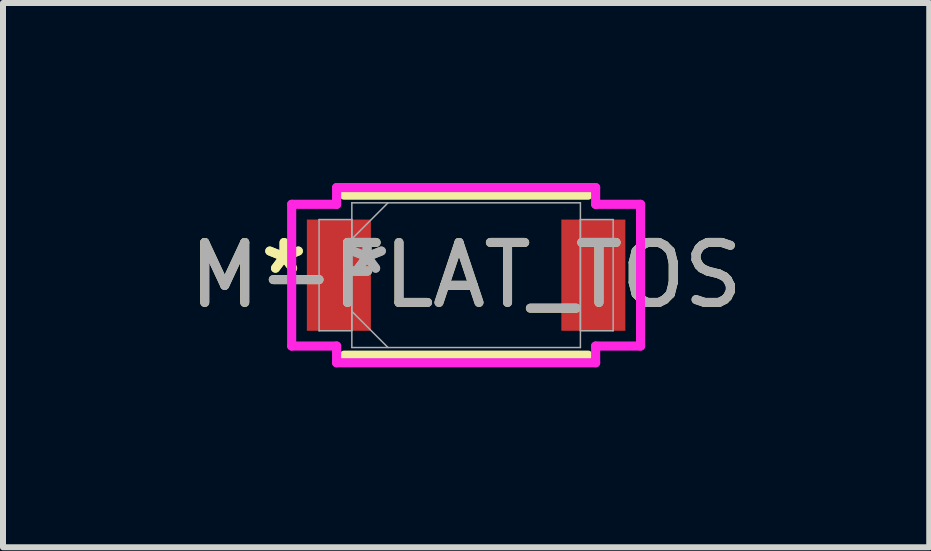
<source format=kicad_pcb>
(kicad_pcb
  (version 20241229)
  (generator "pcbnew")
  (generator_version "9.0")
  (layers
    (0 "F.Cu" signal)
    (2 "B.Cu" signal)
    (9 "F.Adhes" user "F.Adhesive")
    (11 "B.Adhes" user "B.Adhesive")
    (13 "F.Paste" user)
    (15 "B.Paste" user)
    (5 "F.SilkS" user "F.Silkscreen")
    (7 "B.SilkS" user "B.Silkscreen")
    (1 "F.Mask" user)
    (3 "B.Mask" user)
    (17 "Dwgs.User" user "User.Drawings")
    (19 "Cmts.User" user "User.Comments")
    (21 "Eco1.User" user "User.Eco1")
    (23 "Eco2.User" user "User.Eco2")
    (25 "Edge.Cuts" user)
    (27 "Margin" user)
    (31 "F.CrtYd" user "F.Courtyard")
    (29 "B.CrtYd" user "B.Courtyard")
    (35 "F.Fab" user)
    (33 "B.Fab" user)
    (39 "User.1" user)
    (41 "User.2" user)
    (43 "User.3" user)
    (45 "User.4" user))
  (footprint "M-FLAT_TOS"
    (layer "F.Cu")
    (at 4.72 1.537)
    (property "Reference" "M-FLAT_TOS" (at 0 0 0) (unlocked yes) (layer "F.SilkS") (effects (font (size 1 1) (thickness 0.15))))
    (attr smd)
    (fp_line (start -2.032 1.333) (end 2.032 1.333) (stroke (width 0.152) (type solid)) (layer "F.SilkS"))
    (fp_line (start 2.032 -1.333) (end -2.032 -1.333) (stroke (width 0.152) (type solid)) (layer "F.SilkS"))
    (fp_line (start -2.908 -1.181) (end -2.159 -1.181) (stroke (width 0.152) (type solid)) (layer "F.CrtYd"))
    (fp_line (start -2.908 1.181) (end -2.908 -1.181) (stroke (width 0.152) (type solid)) (layer "F.CrtYd"))
    (fp_line (start -2.159 -1.46) (end 2.159 -1.46) (stroke (width 0.152) (type solid)) (layer "F.CrtYd"))
    (fp_line (start -2.159 -1.181) (end -2.159 -1.46) (stroke (width 0.152) (type solid)) (layer "F.CrtYd"))
    (fp_line (start -2.159 1.181) (end -2.908 1.181) (stroke (width 0.152) (type solid)) (layer "F.CrtYd"))
    (fp_line (start -2.159 1.46) (end -2.159 1.181) (stroke (width 0.152) (type solid)) (layer "F.CrtYd"))
    (fp_line (start 2.159 -1.46) (end 2.159 -1.181) (stroke (width 0.152) (type solid)) (layer "F.CrtYd"))
    (fp_line (start 2.159 -1.181) (end 2.908 -1.181) (stroke (width 0.152) (type solid)) (layer "F.CrtYd"))
    (fp_line (start 2.159 1.181) (end 2.159 1.46) (stroke (width 0.152) (type solid)) (layer "F.CrtYd"))
    (fp_line (start 2.159 1.46) (end -2.159 1.46) (stroke (width 0.152) (type solid)) (layer "F.CrtYd"))
    (fp_line (start 2.908 -1.181) (end 2.908 1.181) (stroke (width 0.152) (type solid)) (layer "F.CrtYd"))
    (fp_line (start 2.908 1.181) (end 2.159 1.181) (stroke (width 0.152) (type solid)) (layer "F.CrtYd"))
    (fp_line (start -2.451 -0.927) (end -2.451 0.927) (stroke (width 0.025) (type solid)) (layer "F.Fab"))
    (fp_line (start -2.451 0.927) (end -1.905 0.927) (stroke (width 0.025) (type solid)) (layer "F.Fab"))
    (fp_line (start -1.905 -1.206) (end -1.905 1.206) (stroke (width 0.025) (type solid)) (layer "F.Fab"))
    (fp_line (start -1.905 -0.927) (end -2.451 -0.927) (stroke (width 0.025) (type solid)) (layer "F.Fab"))
    (fp_line (start -1.905 -0.603) (end -1.302 -1.206) (stroke (width 0.025) (type solid)) (layer "F.Fab"))
    (fp_line (start -1.905 0.603) (end -1.302 1.206) (stroke (width 0.025) (type solid)) (layer "F.Fab"))
    (fp_line (start -1.905 0.927) (end -1.905 -0.927) (stroke (width 0.025) (type solid)) (layer "F.Fab"))
    (fp_line (start -1.905 1.206) (end 1.905 1.206) (stroke (width 0.025) (type solid)) (layer "F.Fab"))
    (fp_line (start 1.905 -1.206) (end -1.905 -1.206) (stroke (width 0.025) (type solid)) (layer "F.Fab"))
    (fp_line (start 1.905 -0.927) (end 1.905 0.927) (stroke (width 0.025) (type solid)) (layer "F.Fab"))
    (fp_line (start 1.905 0.927) (end 2.451 0.927) (stroke (width 0.025) (type solid)) (layer "F.Fab"))
    (fp_line (start 1.905 1.206) (end 1.905 -1.206) (stroke (width 0.025) (type solid)) (layer "F.Fab"))
    (fp_line (start 2.451 -0.927) (end 1.905 -0.927) (stroke (width 0.025) (type solid)) (layer "F.Fab"))
    (fp_line (start 2.451 0.927) (end 2.451 -0.927) (stroke (width 0.025) (type solid)) (layer "F.Fab"))
    (fp_text user "*" (at -3.035 0 0) (unlocked yes) (layer "F.SilkS") (effects (font (size 1 1) (thickness 0.15))))
    (fp_text user "*" (at -3.035 0 0) (layer "F.SilkS") (effects (font (size 1 1) (thickness 0.15))))
    (fp_text user "${REFERENCE}" (at 0 0 0) (unlocked yes) (layer "F.Fab") (effects (font (size 1 1) (thickness 0.15))))
    (fp_text user "*" (at -1.651 0 0) (layer "F.Fab") (effects (font (size 1 1) (thickness 0.15))))
    (fp_text user "*" (at -1.651 0 0) (unlocked yes) (layer "F.Fab") (effects (font (size 1 1) (thickness 0.15))))
    (pad "1" smd rect (at -2.121 0) (size 1.067 1.854) (layers "F.Cu" "F.Mask" "F.Paste"))
    (pad "2" smd rect (at 2.121 0) (size 1.067 1.854) (layers "F.Cu" "F.Mask" "F.Paste"))
    (zone (net_name "") (layer "F.Cu") (hatch full 0.508) (connect_pads) (min_thickness 0.254) (filled_areas_thickness no) (keepout (tracks not_allowed) (vias not_allowed) (pads allowed) (copperpour not_allowed) (footprints allowed)) (placement (enabled no)) (fill) (polygon (pts (xy 3.184 0.381) (xy 6.257 0.381) (xy 6.257 2.692) (xy 3.184 2.692)))))
  (gr_rect
    (start -3 -3)
    (end 12.44 6.073)
    (stroke (width 0.1) (type default))
    (fill no)
    (layer "Edge.Cuts")))
</source>
